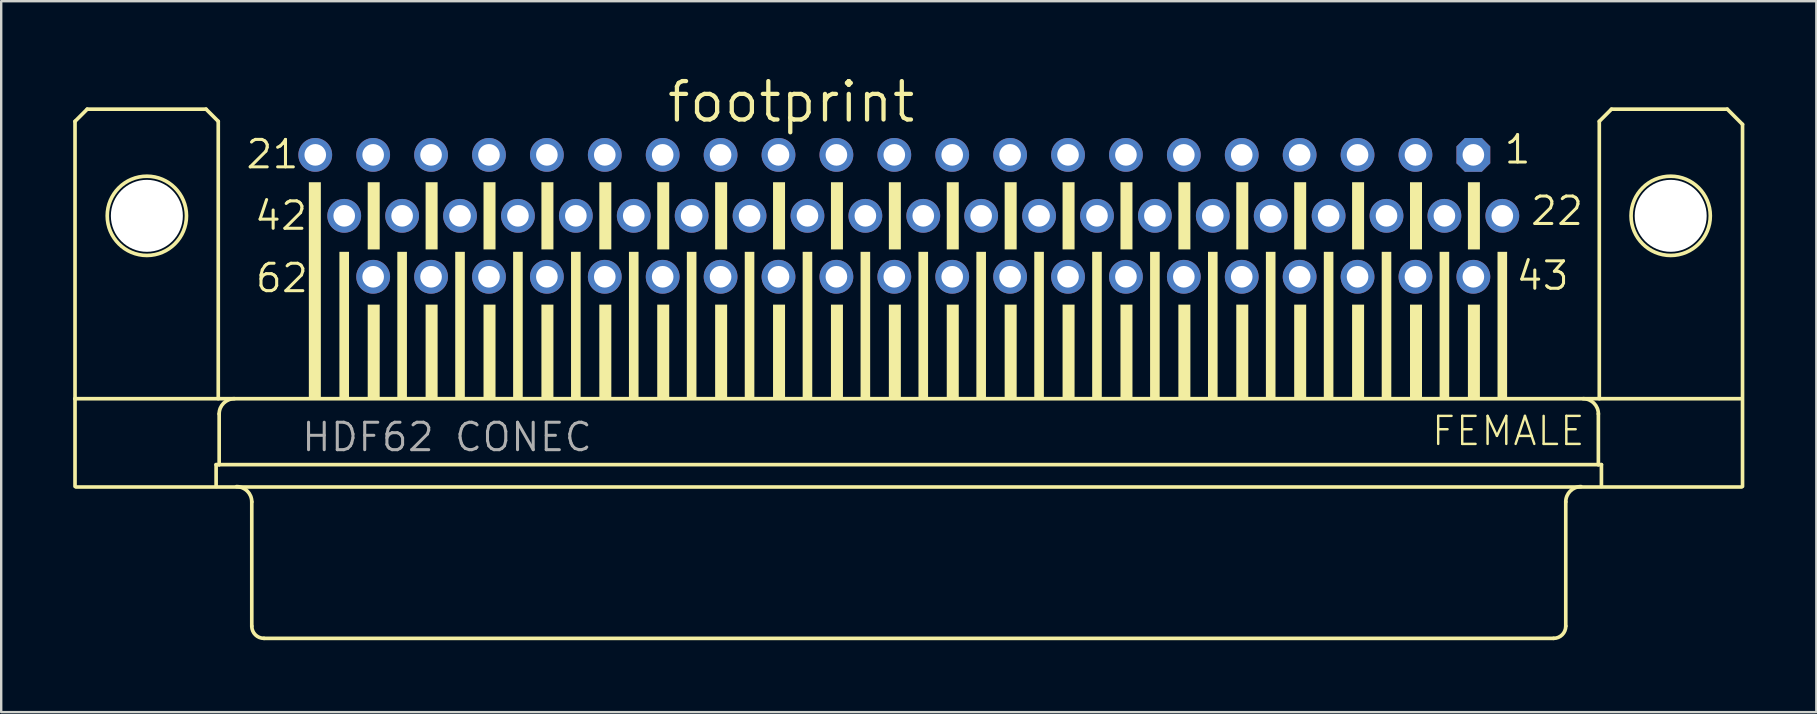
<source format=kicad_pcb>
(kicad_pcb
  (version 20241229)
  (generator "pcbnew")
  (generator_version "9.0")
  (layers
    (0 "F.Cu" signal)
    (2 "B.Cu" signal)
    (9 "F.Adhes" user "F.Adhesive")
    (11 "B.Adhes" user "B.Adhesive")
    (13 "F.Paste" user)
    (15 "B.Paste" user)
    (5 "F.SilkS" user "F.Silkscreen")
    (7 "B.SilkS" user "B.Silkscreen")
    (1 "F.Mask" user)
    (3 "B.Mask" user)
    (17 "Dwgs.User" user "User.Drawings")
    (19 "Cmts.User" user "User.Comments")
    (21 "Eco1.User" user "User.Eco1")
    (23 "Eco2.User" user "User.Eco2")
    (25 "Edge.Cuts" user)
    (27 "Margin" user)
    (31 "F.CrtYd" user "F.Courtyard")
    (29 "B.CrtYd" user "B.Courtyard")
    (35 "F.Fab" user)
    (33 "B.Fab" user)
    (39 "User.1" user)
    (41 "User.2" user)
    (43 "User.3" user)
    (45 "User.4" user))
  (footprint "footprint"
    (layer "F.Cu")
    (at 34.82 5.944)
    (property "Reference" "footprint" (at -10.16 -3.81 0) (layer "F.SilkS") (effects (font (size 1.6 1.6) (thickness 0.178)) (justify left bottom)))
    (fp_line (start -34.744 -3.937) (end -34.744 7.62) (stroke (width 0.152) (type solid)) (layer "F.SilkS"))
    (fp_line (start -34.744 11.276) (end -34.744 7.62) (stroke (width 0.152) (type solid)) (layer "F.SilkS"))
    (fp_line (start -34.7 11.3) (end 34.7 11.3) (stroke (width 0.152) (type solid)) (layer "F.SilkS"))
    (fp_line (start -34.236 -4.445) (end -34.744 -3.937) (stroke (width 0.152) (type solid)) (layer "F.SilkS"))
    (fp_line (start -29.283 -4.445) (end -34.236 -4.445) (stroke (width 0.152) (type solid)) (layer "F.SilkS"))
    (fp_line (start -28.864 10.368) (end -28.864 11.276) (stroke (width 0.152) (type solid)) (layer "F.SilkS"))
    (fp_line (start -28.775 -3.937) (end -29.283 -4.445) (stroke (width 0.152) (type solid)) (layer "F.SilkS"))
    (fp_line (start -28.775 -3.937) (end -28.775 7.62) (stroke (width 0.152) (type solid)) (layer "F.SilkS"))
    (fp_line (start -28.737 8.255) (end -28.737 10.368) (stroke (width 0.152) (type solid)) (layer "F.SilkS"))
    (fp_line (start -28.737 10.368) (end -28.864 10.368) (stroke (width 0.152) (type solid)) (layer "F.SilkS"))
    (fp_line (start -27.378 11.919) (end -27.378 17.099) (stroke (width 0.152) (type solid)) (layer "F.SilkS"))
    (fp_line (start 26.87 17.607) (end -26.87 17.607) (stroke (width 0.152) (type solid)) (layer "F.SilkS"))
    (fp_line (start 27.378 11.919) (end 27.378 17.099) (stroke (width 0.152) (type solid)) (layer "F.SilkS"))
    (fp_line (start 28.737 8.255) (end 28.737 10.368) (stroke (width 0.152) (type solid)) (layer "F.SilkS"))
    (fp_line (start 28.737 10.368) (end -28.737 10.368) (stroke (width 0.152) (type solid)) (layer "F.SilkS"))
    (fp_line (start 28.775 -3.937) (end 28.775 7.62) (stroke (width 0.152) (type solid)) (layer "F.SilkS"))
    (fp_line (start 28.864 10.368) (end 28.737 10.368) (stroke (width 0.152) (type solid)) (layer "F.SilkS"))
    (fp_line (start 28.864 10.368) (end 28.864 11.276) (stroke (width 0.152) (type solid)) (layer "F.SilkS"))
    (fp_line (start 29.283 -4.445) (end 28.775 -3.937) (stroke (width 0.152) (type solid)) (layer "F.SilkS"))
    (fp_line (start 29.283 -4.445) (end 34.109 -4.445) (stroke (width 0.152) (type solid)) (layer "F.SilkS"))
    (fp_line (start 34.109 -4.445) (end 34.744 -3.81) (stroke (width 0.152) (type solid)) (layer "F.SilkS"))
    (fp_line (start 34.656 7.62) (end -34.744 7.62) (stroke (width 0.152) (type solid)) (layer "F.SilkS"))
    (fp_line (start 34.744 -3.81) (end 34.744 11.276) (stroke (width 0.152) (type solid)) (layer "F.SilkS"))
    (fp_arc (start -28.737 8.255) (mid -28.551013 7.805987) (end -28.102 7.62) (stroke (width 0.1524) (type solid)) (layer "F.SilkS"))
    (fp_arc (start -28.013 11.284) (mid -27.563987 11.469987) (end -27.378 11.919) (stroke (width 0.1524) (type solid)) (layer "F.SilkS"))
    (fp_arc (start -26.87 17.607) (mid -27.22921 17.45821) (end -27.378 17.099) (stroke (width 0.1524) (type solid)) (layer "F.SilkS"))
    (fp_arc (start 27.378 11.919) (mid 27.563987 11.469987) (end 28.013 11.284) (stroke (width 0.1524) (type solid)) (layer "F.SilkS"))
    (fp_arc (start 27.378 17.099) (mid 27.22921 17.45821) (end 26.87 17.607) (stroke (width 0.1524) (type solid)) (layer "F.SilkS"))
    (fp_arc (start 28.102 7.62) (mid 28.551013 7.805987) (end 28.737 8.255) (stroke (width 0.1524) (type solid)) (layer "F.SilkS"))
    (fp_circle (center -31.75 0) (end -30.099 0) (stroke (width 0.152) (type solid)) (fill no) (layer "F.SilkS"))
    (fp_circle (center 31.75 0) (end 33.401 0) (stroke (width 0.152) (type solid)) (fill no) (layer "F.SilkS"))
    (fp_poly (pts (xy -25 7.6) (xy -24.5 7.6) (xy -24.5 -1.4) (xy -25 -1.4)) (stroke (width 0) (type solid)) (fill yes) (layer "F.SilkS"))
    (fp_poly (pts (xy -23.726 7.6) (xy -23.326 7.6) (xy -23.326 1.5) (xy -23.726 1.5)) (stroke (width 0) (type solid)) (fill yes) (layer "F.SilkS"))
    (fp_poly (pts (xy -22.547 1.4) (xy -22.047 1.4) (xy -22.047 -1.4) (xy -22.547 -1.4)) (stroke (width 0) (type solid)) (fill yes) (layer "F.SilkS"))
    (fp_poly (pts (xy -22.547 7.6) (xy -22.047 7.6) (xy -22.047 3.7) (xy -22.547 3.7)) (stroke (width 0) (type solid)) (fill yes) (layer "F.SilkS"))
    (fp_poly (pts (xy -21.313 7.6) (xy -20.913 7.6) (xy -20.913 1.5) (xy -21.313 1.5)) (stroke (width 0) (type solid)) (fill yes) (layer "F.SilkS"))
    (fp_poly (pts (xy -20.134 1.4) (xy -19.634 1.4) (xy -19.634 -1.4) (xy -20.134 -1.4)) (stroke (width 0) (type solid)) (fill yes) (layer "F.SilkS"))
    (fp_poly (pts (xy -20.134 7.6) (xy -19.634 7.6) (xy -19.634 3.7) (xy -20.134 3.7)) (stroke (width 0) (type solid)) (fill yes) (layer "F.SilkS"))
    (fp_poly (pts (xy -18.9 7.6) (xy -18.5 7.6) (xy -18.5 1.5) (xy -18.9 1.5)) (stroke (width 0) (type solid)) (fill yes) (layer "F.SilkS"))
    (fp_poly (pts (xy -17.721 1.4) (xy -17.221 1.4) (xy -17.221 -1.4) (xy -17.721 -1.4)) (stroke (width 0) (type solid)) (fill yes) (layer "F.SilkS"))
    (fp_poly (pts (xy -17.721 7.6) (xy -17.221 7.6) (xy -17.221 3.7) (xy -17.721 3.7)) (stroke (width 0) (type solid)) (fill yes) (layer "F.SilkS"))
    (fp_poly (pts (xy -16.487 7.6) (xy -16.087 7.6) (xy -16.087 1.5) (xy -16.487 1.5)) (stroke (width 0) (type solid)) (fill yes) (layer "F.SilkS"))
    (fp_poly (pts (xy -15.308 1.4) (xy -14.808 1.4) (xy -14.808 -1.4) (xy -15.308 -1.4)) (stroke (width 0) (type solid)) (fill yes) (layer "F.SilkS"))
    (fp_poly (pts (xy -15.308 7.6) (xy -14.808 7.6) (xy -14.808 3.7) (xy -15.308 3.7)) (stroke (width 0) (type solid)) (fill yes) (layer "F.SilkS"))
    (fp_poly (pts (xy -14.074 7.6) (xy -13.674 7.6) (xy -13.674 1.5) (xy -14.074 1.5)) (stroke (width 0) (type solid)) (fill yes) (layer "F.SilkS"))
    (fp_poly (pts (xy -12.895 1.4) (xy -12.395 1.4) (xy -12.395 -1.4) (xy -12.895 -1.4)) (stroke (width 0) (type solid)) (fill yes) (layer "F.SilkS"))
    (fp_poly (pts (xy -12.895 7.6) (xy -12.395 7.6) (xy -12.395 3.7) (xy -12.895 3.7)) (stroke (width 0) (type solid)) (fill yes) (layer "F.SilkS"))
    (fp_poly (pts (xy -11.661 7.6) (xy -11.261 7.6) (xy -11.261 1.5) (xy -11.661 1.5)) (stroke (width 0) (type solid)) (fill yes) (layer "F.SilkS"))
    (fp_poly (pts (xy -10.482 1.4) (xy -9.982 1.4) (xy -9.982 -1.4) (xy -10.482 -1.4)) (stroke (width 0) (type solid)) (fill yes) (layer "F.SilkS"))
    (fp_poly (pts (xy -10.482 7.6) (xy -9.982 7.6) (xy -9.982 3.7) (xy -10.482 3.7)) (stroke (width 0) (type solid)) (fill yes) (layer "F.SilkS"))
    (fp_poly (pts (xy -9.248 7.6) (xy -8.848 7.6) (xy -8.848 1.5) (xy -9.248 1.5)) (stroke (width 0) (type solid)) (fill yes) (layer "F.SilkS"))
    (fp_poly (pts (xy -8.069 1.4) (xy -7.569 1.4) (xy -7.569 -1.4) (xy -8.069 -1.4)) (stroke (width 0) (type solid)) (fill yes) (layer "F.SilkS"))
    (fp_poly (pts (xy -8.069 7.6) (xy -7.569 7.6) (xy -7.569 3.7) (xy -8.069 3.7)) (stroke (width 0) (type solid)) (fill yes) (layer "F.SilkS"))
    (fp_poly (pts (xy -6.835 7.6) (xy -6.435 7.6) (xy -6.435 1.5) (xy -6.835 1.5)) (stroke (width 0) (type solid)) (fill yes) (layer "F.SilkS"))
    (fp_poly (pts (xy -5.656 1.4) (xy -5.156 1.4) (xy -5.156 -1.4) (xy -5.656 -1.4)) (stroke (width 0) (type solid)) (fill yes) (layer "F.SilkS"))
    (fp_poly (pts (xy -5.656 7.6) (xy -5.156 7.6) (xy -5.156 3.7) (xy -5.656 3.7)) (stroke (width 0) (type solid)) (fill yes) (layer "F.SilkS"))
    (fp_poly (pts (xy -4.422 7.6) (xy -4.022 7.6) (xy -4.022 1.5) (xy -4.422 1.5)) (stroke (width 0) (type solid)) (fill yes) (layer "F.SilkS"))
    (fp_poly (pts (xy -3.243 1.4) (xy -2.743 1.4) (xy -2.743 -1.4) (xy -3.243 -1.4)) (stroke (width 0) (type solid)) (fill yes) (layer "F.SilkS"))
    (fp_poly (pts (xy -3.243 7.6) (xy -2.743 7.6) (xy -2.743 3.7) (xy -3.243 3.7)) (stroke (width 0) (type solid)) (fill yes) (layer "F.SilkS"))
    (fp_poly (pts (xy -2.009 7.6) (xy -1.609 7.6) (xy -1.609 1.5) (xy -2.009 1.5)) (stroke (width 0) (type solid)) (fill yes) (layer "F.SilkS"))
    (fp_poly (pts (xy -0.83 1.4) (xy -0.33 1.4) (xy -0.33 -1.4) (xy -0.83 -1.4)) (stroke (width 0) (type solid)) (fill yes) (layer "F.SilkS"))
    (fp_poly (pts (xy -0.83 7.6) (xy -0.33 7.6) (xy -0.33 3.7) (xy -0.83 3.7)) (stroke (width 0) (type solid)) (fill yes) (layer "F.SilkS"))
    (fp_poly (pts (xy 0.404 7.6) (xy 0.804 7.6) (xy 0.804 1.5) (xy 0.404 1.5)) (stroke (width 0) (type solid)) (fill yes) (layer "F.SilkS"))
    (fp_poly (pts (xy 1.583 1.4) (xy 2.083 1.4) (xy 2.083 -1.4) (xy 1.583 -1.4)) (stroke (width 0) (type solid)) (fill yes) (layer "F.SilkS"))
    (fp_poly (pts (xy 1.583 7.6) (xy 2.083 7.6) (xy 2.083 3.7) (xy 1.583 3.7)) (stroke (width 0) (type solid)) (fill yes) (layer "F.SilkS"))
    (fp_poly (pts (xy 2.817 7.6) (xy 3.217 7.6) (xy 3.217 1.5) (xy 2.817 1.5)) (stroke (width 0) (type solid)) (fill yes) (layer "F.SilkS"))
    (fp_poly (pts (xy 3.996 1.4) (xy 4.496 1.4) (xy 4.496 -1.4) (xy 3.996 -1.4)) (stroke (width 0) (type solid)) (fill yes) (layer "F.SilkS"))
    (fp_poly (pts (xy 3.996 7.6) (xy 4.496 7.6) (xy 4.496 3.7) (xy 3.996 3.7)) (stroke (width 0) (type solid)) (fill yes) (layer "F.SilkS"))
    (fp_poly (pts (xy 5.23 7.6) (xy 5.63 7.6) (xy 5.63 1.5) (xy 5.23 1.5)) (stroke (width 0) (type solid)) (fill yes) (layer "F.SilkS"))
    (fp_poly (pts (xy 6.409 1.4) (xy 6.909 1.4) (xy 6.909 -1.4) (xy 6.409 -1.4)) (stroke (width 0) (type solid)) (fill yes) (layer "F.SilkS"))
    (fp_poly (pts (xy 6.409 7.6) (xy 6.909 7.6) (xy 6.909 3.7) (xy 6.409 3.7)) (stroke (width 0) (type solid)) (fill yes) (layer "F.SilkS"))
    (fp_poly (pts (xy 7.643 7.6) (xy 8.043 7.6) (xy 8.043 1.5) (xy 7.643 1.5)) (stroke (width 0) (type solid)) (fill yes) (layer "F.SilkS"))
    (fp_poly (pts (xy 8.822 1.4) (xy 9.322 1.4) (xy 9.322 -1.4) (xy 8.822 -1.4)) (stroke (width 0) (type solid)) (fill yes) (layer "F.SilkS"))
    (fp_poly (pts (xy 8.822 7.6) (xy 9.322 7.6) (xy 9.322 3.7) (xy 8.822 3.7)) (stroke (width 0) (type solid)) (fill yes) (layer "F.SilkS"))
    (fp_poly (pts (xy 10.056 7.6) (xy 10.456 7.6) (xy 10.456 1.5) (xy 10.056 1.5)) (stroke (width 0) (type solid)) (fill yes) (layer "F.SilkS"))
    (fp_poly (pts (xy 11.235 1.4) (xy 11.735 1.4) (xy 11.735 -1.4) (xy 11.235 -1.4)) (stroke (width 0) (type solid)) (fill yes) (layer "F.SilkS"))
    (fp_poly (pts (xy 11.235 7.6) (xy 11.735 7.6) (xy 11.735 3.7) (xy 11.235 3.7)) (stroke (width 0) (type solid)) (fill yes) (layer "F.SilkS"))
    (fp_poly (pts (xy 12.469 7.6) (xy 12.869 7.6) (xy 12.869 1.5) (xy 12.469 1.5)) (stroke (width 0) (type solid)) (fill yes) (layer "F.SilkS"))
    (fp_poly (pts (xy 13.648 1.4) (xy 14.148 1.4) (xy 14.148 -1.4) (xy 13.648 -1.4)) (stroke (width 0) (type solid)) (fill yes) (layer "F.SilkS"))
    (fp_poly (pts (xy 13.648 7.6) (xy 14.148 7.6) (xy 14.148 3.7) (xy 13.648 3.7)) (stroke (width 0) (type solid)) (fill yes) (layer "F.SilkS"))
    (fp_poly (pts (xy 14.882 7.6) (xy 15.282 7.6) (xy 15.282 1.5) (xy 14.882 1.5)) (stroke (width 0) (type solid)) (fill yes) (layer "F.SilkS"))
    (fp_poly (pts (xy 16.061 1.4) (xy 16.561 1.4) (xy 16.561 -1.4) (xy 16.061 -1.4)) (stroke (width 0) (type solid)) (fill yes) (layer "F.SilkS"))
    (fp_poly (pts (xy 16.061 7.6) (xy 16.561 7.6) (xy 16.561 3.7) (xy 16.061 3.7)) (stroke (width 0) (type solid)) (fill yes) (layer "F.SilkS"))
    (fp_poly (pts (xy 17.295 7.6) (xy 17.695 7.6) (xy 17.695 1.5) (xy 17.295 1.5)) (stroke (width 0) (type solid)) (fill yes) (layer "F.SilkS"))
    (fp_poly (pts (xy 18.474 1.4) (xy 18.974 1.4) (xy 18.974 -1.4) (xy 18.474 -1.4)) (stroke (width 0) (type solid)) (fill yes) (layer "F.SilkS"))
    (fp_poly (pts (xy 18.474 7.6) (xy 18.974 7.6) (xy 18.974 3.7) (xy 18.474 3.7)) (stroke (width 0) (type solid)) (fill yes) (layer "F.SilkS"))
    (fp_poly (pts (xy 19.708 7.6) (xy 20.108 7.6) (xy 20.108 1.5) (xy 19.708 1.5)) (stroke (width 0) (type solid)) (fill yes) (layer "F.SilkS"))
    (fp_poly (pts (xy 20.887 1.4) (xy 21.387 1.4) (xy 21.387 -1.4) (xy 20.887 -1.4)) (stroke (width 0) (type solid)) (fill yes) (layer "F.SilkS"))
    (fp_poly (pts (xy 20.887 7.6) (xy 21.387 7.6) (xy 21.387 3.7) (xy 20.887 3.7)) (stroke (width 0) (type solid)) (fill yes) (layer "F.SilkS"))
    (fp_poly (pts (xy 22.121 7.6) (xy 22.521 7.6) (xy 22.521 1.5) (xy 22.121 1.5)) (stroke (width 0) (type solid)) (fill yes) (layer "F.SilkS"))
    (fp_poly (pts (xy 23.3 1.4) (xy 23.8 1.4) (xy 23.8 -1.4) (xy 23.3 -1.4)) (stroke (width 0) (type solid)) (fill yes) (layer "F.SilkS"))
    (fp_poly (pts (xy 23.3 7.6) (xy 23.8 7.6) (xy 23.8 3.7) (xy 23.3 3.7)) (stroke (width 0) (type solid)) (fill yes) (layer "F.SilkS"))
    (fp_poly (pts (xy 24.534 7.6) (xy 24.934 7.6) (xy 24.934 1.5) (xy 24.534 1.5)) (stroke (width 0) (type solid)) (fill yes) (layer "F.SilkS"))
    (fp_text user "1" (at 24.742 -2.095 0) (layer "F.SilkS") (effects (font (size 1.143 1.143) (thickness 0.127)) (justify left bottom)))
    (fp_text user "FEMALE" (at 21.717 9.652 0) (layer "F.SilkS") (effects (font (size 1.168 1.168) (thickness 0.102)) (justify left bottom)))
    (fp_text user "42" (at -27.333 0.665 0) (layer "F.SilkS") (effects (font (size 1.143 1.143) (thickness 0.127)) (justify left bottom)))
    (fp_text user "22" (at 25.842 0.465 0) (layer "F.SilkS") (effects (font (size 1.143 1.143) (thickness 0.127)) (justify left bottom)))
    (fp_text user "43" (at 25.242 3.165 0) (layer "F.SilkS") (effects (font (size 1.143 1.143) (thickness 0.127)) (justify left bottom)))
    (fp_text user "21" (at -27.69 -1.895 0) (layer "F.SilkS") (effects (font (size 1.143 1.143) (thickness 0.127)) (justify left bottom)))
    (fp_text user "62" (at -27.295 3.265 0) (layer "F.SilkS") (effects (font (size 1.143 1.143) (thickness 0.127)) (justify left bottom)))
    (fp_text user "HDF62 CONEC" (at -25.368 9.891 0) (layer "F.Fab") (effects (font (size 1.143 1.143) (thickness 0.127)) (justify left bottom)))
    (pad "" np_thru_hole circle (at -31.75 0) (size 3 3) (drill 3) (layers "*.Cu" "*.Mask"))
    (pad "" np_thru_hole circle (at 31.75 0) (size 3 3) (drill 3) (layers "*.Cu" "*.Mask"))
    (pad "1" thru_hole roundrect (at 23.527 -2.54) (size 1.408 1.408) (drill 0.9) (layers "*.Cu" "*.Mask") (roundrect_rratio 0.25) (chamfer_ratio 0.25) (chamfer top_left top_right bottom_left bottom_right))
    (pad "2" thru_hole circle (at 21.114 -2.54) (size 1.408 1.408) (drill 0.9) (layers "*.Cu" "*.Mask"))
    (pad "3" thru_hole circle (at 18.701 -2.54) (size 1.408 1.408) (drill 0.9) (layers "*.Cu" "*.Mask"))
    (pad "4" thru_hole circle (at 16.288 -2.54) (size 1.408 1.408) (drill 0.9) (layers "*.Cu" "*.Mask"))
    (pad "5" thru_hole circle (at 13.875 -2.54) (size 1.408 1.408) (drill 0.9) (layers "*.Cu" "*.Mask"))
    (pad "6" thru_hole circle (at 11.462 -2.54) (size 1.408 1.408) (drill 0.9) (layers "*.Cu" "*.Mask"))
    (pad "7" thru_hole circle (at 9.049 -2.54) (size 1.408 1.408) (drill 0.9) (layers "*.Cu" "*.Mask"))
    (pad "8" thru_hole circle (at 6.636 -2.54) (size 1.408 1.408) (drill 0.9) (layers "*.Cu" "*.Mask"))
    (pad "9" thru_hole circle (at 4.223 -2.54) (size 1.408 1.408) (drill 0.9) (layers "*.Cu" "*.Mask"))
    (pad "10" thru_hole circle (at 1.81 -2.54) (size 1.408 1.408) (drill 0.9) (layers "*.Cu" "*.Mask"))
    (pad "11" thru_hole circle (at -0.603 -2.54) (size 1.408 1.408) (drill 0.9) (layers "*.Cu" "*.Mask"))
    (pad "12" thru_hole circle (at -3.016 -2.54) (size 1.408 1.408) (drill 0.9) (layers "*.Cu" "*.Mask"))
    (pad "13" thru_hole circle (at -5.429 -2.54) (size 1.408 1.408) (drill 0.9) (layers "*.Cu" "*.Mask"))
    (pad "14" thru_hole circle (at -7.842 -2.54) (size 1.408 1.408) (drill 0.9) (layers "*.Cu" "*.Mask"))
    (pad "15" thru_hole circle (at -10.255 -2.54) (size 1.408 1.408) (drill 0.9) (layers "*.Cu" "*.Mask"))
    (pad "16" thru_hole circle (at -12.668 -2.54) (size 1.408 1.408) (drill 0.9) (layers "*.Cu" "*.Mask"))
    (pad "17" thru_hole circle (at -15.081 -2.54) (size 1.408 1.408) (drill 0.9) (layers "*.Cu" "*.Mask"))
    (pad "18" thru_hole circle (at -17.494 -2.54) (size 1.408 1.408) (drill 0.9) (layers "*.Cu" "*.Mask"))
    (pad "19" thru_hole circle (at -19.907 -2.54) (size 1.408 1.408) (drill 0.9) (layers "*.Cu" "*.Mask"))
    (pad "20" thru_hole circle (at -22.32 -2.54) (size 1.408 1.408) (drill 0.9) (layers "*.Cu" "*.Mask"))
    (pad "21" thru_hole circle (at -24.733 -2.54) (size 1.408 1.408) (drill 0.9) (layers "*.Cu" "*.Mask"))
    (pad "22" thru_hole circle (at 24.734 0) (size 1.408 1.408) (drill 0.9) (layers "*.Cu" "*.Mask"))
    (pad "23" thru_hole circle (at 22.321 0) (size 1.408 1.408) (drill 0.9) (layers "*.Cu" "*.Mask"))
    (pad "24" thru_hole circle (at 19.908 0) (size 1.408 1.408) (drill 0.9) (layers "*.Cu" "*.Mask"))
    (pad "25" thru_hole circle (at 17.495 0) (size 1.408 1.408) (drill 0.9) (layers "*.Cu" "*.Mask"))
    (pad "26" thru_hole circle (at 15.082 0) (size 1.408 1.408) (drill 0.9) (layers "*.Cu" "*.Mask"))
    (pad "27" thru_hole circle (at 12.669 0) (size 1.408 1.408) (drill 0.9) (layers "*.Cu" "*.Mask"))
    (pad "28" thru_hole circle (at 10.256 0) (size 1.408 1.408) (drill 0.9) (layers "*.Cu" "*.Mask"))
    (pad "29" thru_hole circle (at 7.843 0) (size 1.408 1.408) (drill 0.9) (layers "*.Cu" "*.Mask"))
    (pad "30" thru_hole circle (at 5.43 0) (size 1.408 1.408) (drill 0.9) (layers "*.Cu" "*.Mask"))
    (pad "31" thru_hole circle (at 3.017 0) (size 1.408 1.408) (drill 0.9) (layers "*.Cu" "*.Mask"))
    (pad "32" thru_hole circle (at 0.604 0) (size 1.408 1.408) (drill 0.9) (layers "*.Cu" "*.Mask"))
    (pad "33" thru_hole circle (at -1.809 0) (size 1.408 1.408) (drill 0.9) (layers "*.Cu" "*.Mask"))
    (pad "34" thru_hole circle (at -4.222 0) (size 1.408 1.408) (drill 0.9) (layers "*.Cu" "*.Mask"))
    (pad "35" thru_hole circle (at -6.635 0) (size 1.408 1.408) (drill 0.9) (layers "*.Cu" "*.Mask"))
    (pad "36" thru_hole circle (at -9.048 0) (size 1.408 1.408) (drill 0.9) (layers "*.Cu" "*.Mask"))
    (pad "37" thru_hole circle (at -11.461 0) (size 1.408 1.408) (drill 0.9) (layers "*.Cu" "*.Mask"))
    (pad "38" thru_hole circle (at -13.874 0) (size 1.408 1.408) (drill 0.9) (layers "*.Cu" "*.Mask"))
    (pad "39" thru_hole circle (at -16.287 0) (size 1.408 1.408) (drill 0.9) (layers "*.Cu" "*.Mask"))
    (pad "40" thru_hole circle (at -18.7 0) (size 1.408 1.408) (drill 0.9) (layers "*.Cu" "*.Mask"))
    (pad "41" thru_hole circle (at -21.113 0) (size 1.408 1.408) (drill 0.9) (layers "*.Cu" "*.Mask"))
    (pad "42" thru_hole circle (at -23.526 0) (size 1.408 1.408) (drill 0.9) (layers "*.Cu" "*.Mask"))
    (pad "43" thru_hole circle (at 23.527 2.54) (size 1.408 1.408) (drill 0.9) (layers "*.Cu" "*.Mask"))
    (pad "44" thru_hole circle (at 21.114 2.54) (size 1.408 1.408) (drill 0.9) (layers "*.Cu" "*.Mask"))
    (pad "45" thru_hole circle (at 18.701 2.54) (size 1.408 1.408) (drill 0.9) (layers "*.Cu" "*.Mask"))
    (pad "46" thru_hole circle (at 16.288 2.54) (size 1.408 1.408) (drill 0.9) (layers "*.Cu" "*.Mask"))
    (pad "47" thru_hole circle (at 13.875 2.54) (size 1.408 1.408) (drill 0.9) (layers "*.Cu" "*.Mask"))
    (pad "48" thru_hole circle (at 11.462 2.54) (size 1.408 1.408) (drill 0.9) (layers "*.Cu" "*.Mask"))
    (pad "49" thru_hole circle (at 9.049 2.54) (size 1.408 1.408) (drill 0.9) (layers "*.Cu" "*.Mask"))
    (pad "50" thru_hole circle (at 6.636 2.54) (size 1.408 1.408) (drill 0.9) (layers "*.Cu" "*.Mask"))
    (pad "51" thru_hole circle (at 4.223 2.54) (size 1.408 1.408) (drill 0.9) (layers "*.Cu" "*.Mask"))
    (pad "52" thru_hole circle (at 1.81 2.54) (size 1.408 1.408) (drill 0.9) (layers "*.Cu" "*.Mask"))
    (pad "53" thru_hole circle (at -0.603 2.54) (size 1.408 1.408) (drill 0.9) (layers "*.Cu" "*.Mask"))
    (pad "54" thru_hole circle (at -3.016 2.54) (size 1.408 1.408) (drill 0.9) (layers "*.Cu" "*.Mask"))
    (pad "55" thru_hole circle (at -5.429 2.54) (size 1.408 1.408) (drill 0.9) (layers "*.Cu" "*.Mask"))
    (pad "56" thru_hole circle (at -7.842 2.54) (size 1.408 1.408) (drill 0.9) (layers "*.Cu" "*.Mask"))
    (pad "57" thru_hole circle (at -10.255 2.54) (size 1.408 1.408) (drill 0.9) (layers "*.Cu" "*.Mask"))
    (pad "58" thru_hole circle (at -12.668 2.54) (size 1.408 1.408) (drill 0.9) (layers "*.Cu" "*.Mask"))
    (pad "59" thru_hole circle (at -15.081 2.54) (size 1.408 1.408) (drill 0.9) (layers "*.Cu" "*.Mask"))
    (pad "60" thru_hole circle (at -17.494 2.54) (size 1.408 1.408) (drill 0.9) (layers "*.Cu" "*.Mask"))
    (pad "61" thru_hole circle (at -19.907 2.54) (size 1.408 1.408) (drill 0.9) (layers "*.Cu" "*.Mask"))
    (pad "62" thru_hole circle (at -22.32 2.54) (size 1.408 1.408) (drill 0.9) (layers "*.Cu" "*.Mask"))
    (zone (net_name "") (layers "F.Cu" "B.Cu") (hatch edge 0.508) (connect_pads) (min_thickness 0.254) (filled_areas_thickness no) (keepout (tracks allowed) (vias not_allowed) (pads allowed) (copperpour allowed) (footprints allowed)) (placement (enabled no)) (fill) (polygon (pts (xy 5.737 5.944) (xy 5.697 5.48) (xy 5.576 5.031) (xy 5.38 4.61) (xy 5.113 4.229) (xy 4.785 3.901) (xy 4.404 3.634) (xy 3.982 3.437) (xy 3.533 3.317) (xy 3.07 3.277) (xy 2.607 3.317) (xy 2.158 3.437) (xy 1.737 3.634) (xy 1.356 3.901) (xy 1.027 4.229) (xy 0.761 4.61) (xy 0.564 5.031) (xy 0.444 5.48) (xy 0.403 5.944) (xy 0.444 6.407) (xy 0.564 6.856) (xy 0.761 7.277) (xy 1.027 7.658) (xy 1.356 7.987) (xy 1.737 8.253) (xy 2.158 8.45) (xy 2.607 8.57) (xy 3.07 8.611) (xy 3.533 8.57) (xy 3.982 8.45) (xy 4.404 8.253) (xy 4.785 7.987) (xy 5.113 7.658) (xy 5.38 7.277) (xy 5.576 6.856) (xy 5.697 6.407))))
    (zone (net_name "") (layers "F.Cu" "B.Cu") (hatch edge 0.508) (connect_pads) (min_thickness 0.254) (filled_areas_thickness no) (keepout (tracks allowed) (vias not_allowed) (pads allowed) (copperpour allowed) (footprints allowed)) (placement (enabled no)) (fill) (polygon (pts (xy 69.237 5.944) (xy 69.197 5.48) (xy 69.076 5.031) (xy 68.88 4.61) (xy 68.613 4.229) (xy 68.285 3.901) (xy 67.904 3.634) (xy 67.482 3.437) (xy 67.033 3.317) (xy 66.57 3.277) (xy 66.107 3.317) (xy 65.658 3.437) (xy 65.237 3.634) (xy 64.856 3.901) (xy 64.527 4.229) (xy 64.261 4.61) (xy 64.064 5.031) (xy 63.944 5.48) (xy 63.903 5.944) (xy 63.944 6.407) (xy 64.064 6.856) (xy 64.261 7.277) (xy 64.527 7.658) (xy 64.856 7.987) (xy 65.237 8.253) (xy 65.658 8.45) (xy 66.107 8.57) (xy 66.57 8.611) (xy 67.033 8.57) (xy 67.482 8.45) (xy 67.904 8.253) (xy 68.285 7.987) (xy 68.613 7.658) (xy 68.88 7.277) (xy 69.076 6.856) (xy 69.197 6.407))))
    (zone (net_name "") (layer "B.Cu") (hatch edge 0.508) (connect_pads) (min_thickness 0.254) (filled_areas_thickness no) (keepout (tracks not_allowed) (vias not_allowed) (pads not_allowed) (copperpour not_allowed) (footprints allowed)) (placement (enabled no)) (fill) (polygon (pts (xy 5.737 5.944) (xy 5.697 5.48) (xy 5.576 5.031) (xy 5.38 4.61) (xy 5.113 4.229) (xy 4.785 3.901) (xy 4.404 3.634) (xy 3.982 3.437) (xy 3.533 3.317) (xy 3.07 3.277) (xy 2.607 3.317) (xy 2.158 3.437) (xy 1.737 3.634) (xy 1.356 3.901) (xy 1.027 4.229) (xy 0.761 4.61) (xy 0.564 5.031) (xy 0.444 5.48) (xy 0.403 5.944) (xy 0.444 6.407) (xy 0.564 6.856) (xy 0.761 7.277) (xy 1.027 7.658) (xy 1.356 7.987) (xy 1.737 8.253) (xy 2.158 8.45) (xy 2.607 8.57) (xy 3.07 8.611) (xy 3.533 8.57) (xy 3.982 8.45) (xy 4.404 8.253) (xy 4.785 7.987) (xy 5.113 7.658) (xy 5.38 7.277) (xy 5.576 6.856) (xy 5.697 6.407))))
    (zone (net_name "") (layer "B.Cu") (hatch edge 0.508) (connect_pads) (min_thickness 0.254) (filled_areas_thickness no) (keepout (tracks not_allowed) (vias not_allowed) (pads not_allowed) (copperpour not_allowed) (footprints allowed)) (placement (enabled no)) (fill) (polygon (pts (xy 69.237 5.944) (xy 69.197 5.48) (xy 69.076 5.031) (xy 68.88 4.61) (xy 68.613 4.229) (xy 68.285 3.901) (xy 67.904 3.634) (xy 67.482 3.437) (xy 67.033 3.317) (xy 66.57 3.277) (xy 66.107 3.317) (xy 65.658 3.437) (xy 65.237 3.634) (xy 64.856 3.901) (xy 64.527 4.229) (xy 64.261 4.61) (xy 64.064 5.031) (xy 63.944 5.48) (xy 63.903 5.944) (xy 63.944 6.407) (xy 64.064 6.856) (xy 64.261 7.277) (xy 64.527 7.658) (xy 64.856 7.987) (xy 65.237 8.253) (xy 65.658 8.45) (xy 66.107 8.57) (xy 66.57 8.611) (xy 67.033 8.57) (xy 67.482 8.45) (xy 67.904 8.253) (xy 68.285 7.987) (xy 68.613 7.658) (xy 68.88 7.277) (xy 69.076 6.856) (xy 69.197 6.407)))))
  (gr_rect
    (start -3 -3)
    (end 72.64 26.627)
    (stroke (width 0.1) (type default))
    (fill no)
    (layer "Edge.Cuts")))
</source>
